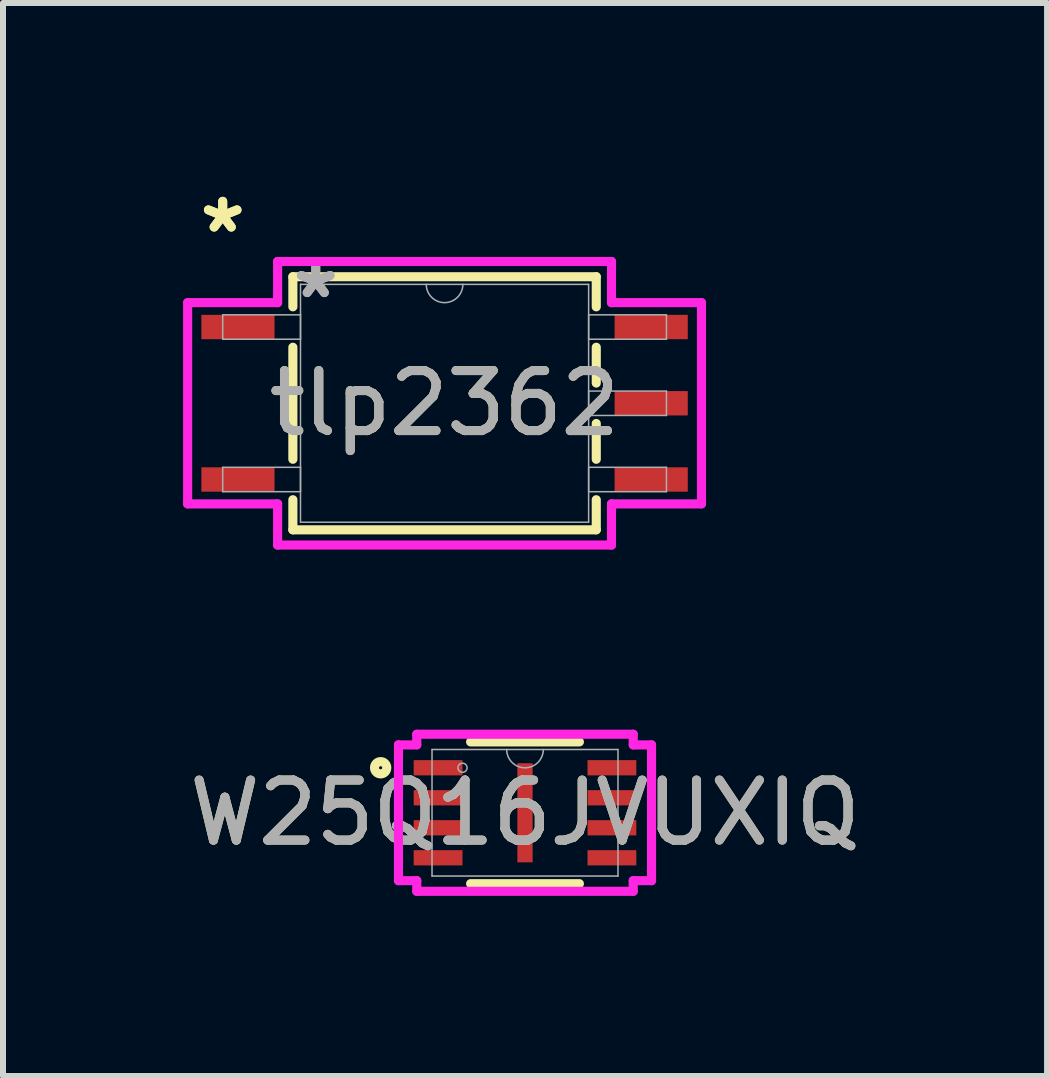
<source format=kicad_pcb>
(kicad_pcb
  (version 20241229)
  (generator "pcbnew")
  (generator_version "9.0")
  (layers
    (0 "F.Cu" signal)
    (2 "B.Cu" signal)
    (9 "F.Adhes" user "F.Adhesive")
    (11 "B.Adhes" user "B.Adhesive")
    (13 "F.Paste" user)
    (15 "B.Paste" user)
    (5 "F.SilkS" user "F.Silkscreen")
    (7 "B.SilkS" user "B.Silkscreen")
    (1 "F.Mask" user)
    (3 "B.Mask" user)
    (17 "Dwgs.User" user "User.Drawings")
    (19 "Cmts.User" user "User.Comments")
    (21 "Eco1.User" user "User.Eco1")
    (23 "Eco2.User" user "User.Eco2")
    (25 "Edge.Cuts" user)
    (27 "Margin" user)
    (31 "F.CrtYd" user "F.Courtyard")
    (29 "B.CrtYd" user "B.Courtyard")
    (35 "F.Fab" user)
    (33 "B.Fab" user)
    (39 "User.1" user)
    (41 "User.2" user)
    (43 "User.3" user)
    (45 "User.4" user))
  (footprint "tlp2362"
    (layer "F.Cu")
    (at 4.356 3.668)
    (property "Reference" "tlp2362" (at 0 0 0) (unlocked yes) (layer "F.SilkS") (effects (font (size 1 1) (thickness 0.15))))
    (attr smd)
    (fp_line (start -2.527 -2.108) (end -2.527 -1.607) (stroke (width 0.152) (type solid)) (layer "F.SilkS"))
    (fp_line (start -2.527 -0.933) (end -2.527 0.933) (stroke (width 0.152) (type solid)) (layer "F.SilkS"))
    (fp_line (start -2.527 1.607) (end -2.527 2.108) (stroke (width 0.152) (type solid)) (layer "F.SilkS"))
    (fp_line (start -2.527 2.108) (end 2.527 2.108) (stroke (width 0.152) (type solid)) (layer "F.SilkS"))
    (fp_line (start 2.527 -2.108) (end -2.527 -2.108) (stroke (width 0.152) (type solid)) (layer "F.SilkS"))
    (fp_line (start 2.527 -1.607) (end 2.527 -2.108) (stroke (width 0.152) (type solid)) (layer "F.SilkS"))
    (fp_line (start 2.527 -0.337) (end 2.527 -0.933) (stroke (width 0.152) (type solid)) (layer "F.SilkS"))
    (fp_line (start 2.527 0.933) (end 2.527 0.337) (stroke (width 0.152) (type solid)) (layer "F.SilkS"))
    (fp_line (start 2.527 2.108) (end 2.527 1.607) (stroke (width 0.152) (type solid)) (layer "F.SilkS"))
    (fp_line (start -4.28 -1.676) (end -2.781 -1.676) (stroke (width 0.152) (type solid)) (layer "F.CrtYd"))
    (fp_line (start -4.28 1.676) (end -4.28 -1.676) (stroke (width 0.152) (type solid)) (layer "F.CrtYd"))
    (fp_line (start -2.781 -2.362) (end 2.781 -2.362) (stroke (width 0.152) (type solid)) (layer "F.CrtYd"))
    (fp_line (start -2.781 -1.676) (end -2.781 -2.362) (stroke (width 0.152) (type solid)) (layer "F.CrtYd"))
    (fp_line (start -2.781 1.676) (end -4.28 1.676) (stroke (width 0.152) (type solid)) (layer "F.CrtYd"))
    (fp_line (start -2.781 2.362) (end -2.781 1.676) (stroke (width 0.152) (type solid)) (layer "F.CrtYd"))
    (fp_line (start 2.781 -2.362) (end 2.781 -1.676) (stroke (width 0.152) (type solid)) (layer "F.CrtYd"))
    (fp_line (start 2.781 -1.676) (end 4.28 -1.676) (stroke (width 0.152) (type solid)) (layer "F.CrtYd"))
    (fp_line (start 2.781 1.676) (end 2.781 2.362) (stroke (width 0.152) (type solid)) (layer "F.CrtYd"))
    (fp_line (start 2.781 2.362) (end -2.781 2.362) (stroke (width 0.152) (type solid)) (layer "F.CrtYd"))
    (fp_line (start 4.28 -1.676) (end 4.28 1.676) (stroke (width 0.152) (type solid)) (layer "F.CrtYd"))
    (fp_line (start 4.28 1.676) (end 2.781 1.676) (stroke (width 0.152) (type solid)) (layer "F.CrtYd"))
    (fp_line (start -3.696 -1.473) (end -3.696 -1.067) (stroke (width 0.025) (type solid)) (layer "F.Fab"))
    (fp_line (start -3.696 -1.067) (end -2.4 -1.067) (stroke (width 0.025) (type solid)) (layer "F.Fab"))
    (fp_line (start -3.696 1.067) (end -3.696 1.473) (stroke (width 0.025) (type solid)) (layer "F.Fab"))
    (fp_line (start -3.696 1.473) (end -2.4 1.473) (stroke (width 0.025) (type solid)) (layer "F.Fab"))
    (fp_line (start -2.4 -1.981) (end -2.4 1.981) (stroke (width 0.025) (type solid)) (layer "F.Fab"))
    (fp_line (start -2.4 -1.473) (end -3.696 -1.473) (stroke (width 0.025) (type solid)) (layer "F.Fab"))
    (fp_line (start -2.4 -1.067) (end -2.4 -1.473) (stroke (width 0.025) (type solid)) (layer "F.Fab"))
    (fp_line (start -2.4 1.067) (end -3.696 1.067) (stroke (width 0.025) (type solid)) (layer "F.Fab"))
    (fp_line (start -2.4 1.473) (end -2.4 1.067) (stroke (width 0.025) (type solid)) (layer "F.Fab"))
    (fp_line (start -2.4 1.981) (end 2.4 1.981) (stroke (width 0.025) (type solid)) (layer "F.Fab"))
    (fp_line (start 2.4 -1.981) (end -2.4 -1.981) (stroke (width 0.025) (type solid)) (layer "F.Fab"))
    (fp_line (start 2.4 -1.473) (end 2.4 -1.067) (stroke (width 0.025) (type solid)) (layer "F.Fab"))
    (fp_line (start 2.4 -1.067) (end 3.696 -1.067) (stroke (width 0.025) (type solid)) (layer "F.Fab"))
    (fp_line (start 2.4 -0.203) (end 2.4 0.203) (stroke (width 0.025) (type solid)) (layer "F.Fab"))
    (fp_line (start 2.4 0.203) (end 3.696 0.203) (stroke (width 0.025) (type solid)) (layer "F.Fab"))
    (fp_line (start 2.4 1.067) (end 2.4 1.473) (stroke (width 0.025) (type solid)) (layer "F.Fab"))
    (fp_line (start 2.4 1.473) (end 3.696 1.473) (stroke (width 0.025) (type solid)) (layer "F.Fab"))
    (fp_line (start 2.4 1.981) (end 2.4 -1.981) (stroke (width 0.025) (type solid)) (layer "F.Fab"))
    (fp_line (start 3.696 -1.473) (end 2.4 -1.473) (stroke (width 0.025) (type solid)) (layer "F.Fab"))
    (fp_line (start 3.696 -1.067) (end 3.696 -1.473) (stroke (width 0.025) (type solid)) (layer "F.Fab"))
    (fp_line (start 3.696 -0.203) (end 2.4 -0.203) (stroke (width 0.025) (type solid)) (layer "F.Fab"))
    (fp_line (start 3.696 0.203) (end 3.696 -0.203) (stroke (width 0.025) (type solid)) (layer "F.Fab"))
    (fp_line (start 3.696 1.067) (end 2.4 1.067) (stroke (width 0.025) (type solid)) (layer "F.Fab"))
    (fp_line (start 3.696 1.473) (end 3.696 1.067) (stroke (width 0.025) (type solid)) (layer "F.Fab"))
    (fp_arc (start 0.3048 -1.9812) (mid 0 -1.6764) (end -0.3048 -1.9812) (stroke (width 0.0254) (type solid)) (layer "F.Fab"))
    (fp_text user "*" (at -3.696 -2.819 0) (layer "F.SilkS") (effects (font (size 1 1) (thickness 0.15))))
    (fp_text user "*" (at -3.696 -2.819 0) (unlocked yes) (layer "F.SilkS") (effects (font (size 1 1) (thickness 0.15))))
    (fp_text user "*" (at -2.146 -1.727 0) (unlocked yes) (layer "F.Fab") (effects (font (size 1 1) (thickness 0.15))))
    (fp_text user "*" (at -2.146 -1.727 0) (layer "F.Fab") (effects (font (size 1 1) (thickness 0.15))))
    (fp_text user "${REFERENCE}" (at 0 0 0) (unlocked yes) (layer "F.Fab") (effects (font (size 1 1) (thickness 0.15))))
    (pad "1" smd rect (at -3.442 -1.27) (size 1.219 0.406) (layers "F.Cu" "F.Mask" "F.Paste"))
    (pad "3" smd rect (at -3.442 1.27) (size 1.219 0.406) (layers "F.Cu" "F.Mask" "F.Paste"))
    (pad "4" smd rect (at 3.442 1.27) (size 1.219 0.406) (layers "F.Cu" "F.Mask" "F.Paste"))
    (pad "5" smd rect (at 3.442 0) (size 1.219 0.406) (layers "F.Cu" "F.Mask" "F.Paste"))
    (pad "6" smd rect (at 3.442 -1.27) (size 1.219 0.406) (layers "F.Cu" "F.Mask" "F.Paste")))
  (footprint "W25Q16JVUXIQ"
    (layer "F.Cu")
    (at 5.696 10.49)
    (property "Reference" "W25Q16JVUXIQ" (at 0 0 0) (unlocked yes) (layer "F.SilkS") (effects (font (size 1 1) (thickness 0.15))))
    (attr smd)
    (fp_line (start -0.906 1.181) (end 0.906 1.181) (stroke (width 0.152) (type solid)) (layer "F.SilkS"))
    (fp_line (start 0.906 -1.181) (end -0.906 -1.181) (stroke (width 0.152) (type solid)) (layer "F.SilkS"))
    (fp_circle (center -2.405 -0.75) (end -2.303 -0.75) (stroke (width 0.152) (type solid)) (fill no) (layer "F.SilkS"))
    (fp_line (start -2.108 -1.131) (end -1.803 -1.131) (stroke (width 0.152) (type solid)) (layer "F.CrtYd"))
    (fp_line (start -2.108 1.131) (end -2.108 -1.131) (stroke (width 0.152) (type solid)) (layer "F.CrtYd"))
    (fp_line (start -2.108 1.131) (end -1.803 1.131) (stroke (width 0.152) (type solid)) (layer "F.CrtYd"))
    (fp_line (start -1.803 -1.308) (end 1.803 -1.308) (stroke (width 0.152) (type solid)) (layer "F.CrtYd"))
    (fp_line (start -1.803 -1.131) (end -1.803 -1.308) (stroke (width 0.152) (type solid)) (layer "F.CrtYd"))
    (fp_line (start -1.803 1.308) (end -1.803 1.131) (stroke (width 0.152) (type solid)) (layer "F.CrtYd"))
    (fp_line (start 1.803 -1.308) (end 1.803 -1.131) (stroke (width 0.152) (type solid)) (layer "F.CrtYd"))
    (fp_line (start 1.803 1.131) (end 1.803 1.308) (stroke (width 0.152) (type solid)) (layer "F.CrtYd"))
    (fp_line (start 1.803 1.308) (end -1.803 1.308) (stroke (width 0.152) (type solid)) (layer "F.CrtYd"))
    (fp_line (start 2.108 -1.131) (end 1.803 -1.131) (stroke (width 0.152) (type solid)) (layer "F.CrtYd"))
    (fp_line (start 2.108 -1.131) (end 2.108 1.131) (stroke (width 0.152) (type solid)) (layer "F.CrtYd"))
    (fp_line (start 2.108 1.131) (end 1.803 1.131) (stroke (width 0.152) (type solid)) (layer "F.CrtYd"))
    (fp_line (start -1.549 -1.054) (end -1.549 1.054) (stroke (width 0.025) (type solid)) (layer "F.Fab"))
    (fp_line (start -1.549 1.054) (end 1.549 1.054) (stroke (width 0.025) (type solid)) (layer "F.Fab"))
    (fp_line (start 1.549 -1.054) (end -1.549 -1.054) (stroke (width 0.025) (type solid)) (layer "F.Fab"))
    (fp_line (start 1.549 1.054) (end 1.549 -1.054) (stroke (width 0.025) (type solid)) (layer "F.Fab"))
    (fp_arc (start 0.3048 -1.0541) (mid 0 -0.7493) (end -0.3048 -1.0541) (stroke (width 0.0254) (type solid)) (layer "F.Fab"))
    (fp_circle (center -1.041 -0.75) (end -0.965 -0.75) (stroke (width 0.025) (type solid)) (fill no) (layer "F.Fab"))
    (fp_text user "${REFERENCE}" (at 0 0 0) (unlocked yes) (layer "F.Fab") (effects (font (size 1 1) (thickness 0.15))))
    (pad "1" smd rect (at -1.448 -0.75) (size 0.813 0.254) (layers "F.Cu" "F.Mask" "F.Paste"))
    (pad "2" smd rect (at -1.448 -0.25) (size 0.813 0.254) (layers "F.Cu" "F.Mask" "F.Paste"))
    (pad "3" smd rect (at -1.448 0.25) (size 0.813 0.254) (layers "F.Cu" "F.Mask" "F.Paste"))
    (pad "4" smd rect (at -1.448 0.75) (size 0.813 0.254) (layers "F.Cu" "F.Mask" "F.Paste"))
    (pad "5" smd rect (at 1.448 0.75) (size 0.813 0.254) (layers "F.Cu" "F.Mask" "F.Paste"))
    (pad "6" smd rect (at 1.448 0.25) (size 0.813 0.254) (layers "F.Cu" "F.Mask" "F.Paste"))
    (pad "7" smd rect (at 1.448 -0.25) (size 0.813 0.254) (layers "F.Cu" "F.Mask" "F.Paste"))
    (pad "8" smd rect (at 1.448 -0.75) (size 0.813 0.254) (layers "F.Cu" "F.Mask" "F.Paste"))
    (pad "9" smd rect (at 0 0) (size 0.254 1.651) (layers "F.Cu" "F.Mask" "F.Paste")))
  (gr_rect
    (start -3 -3)
    (end 14.393 14.875)
    (stroke (width 0.1) (type default))
    (fill no)
    (layer "Edge.Cuts")))
</source>
